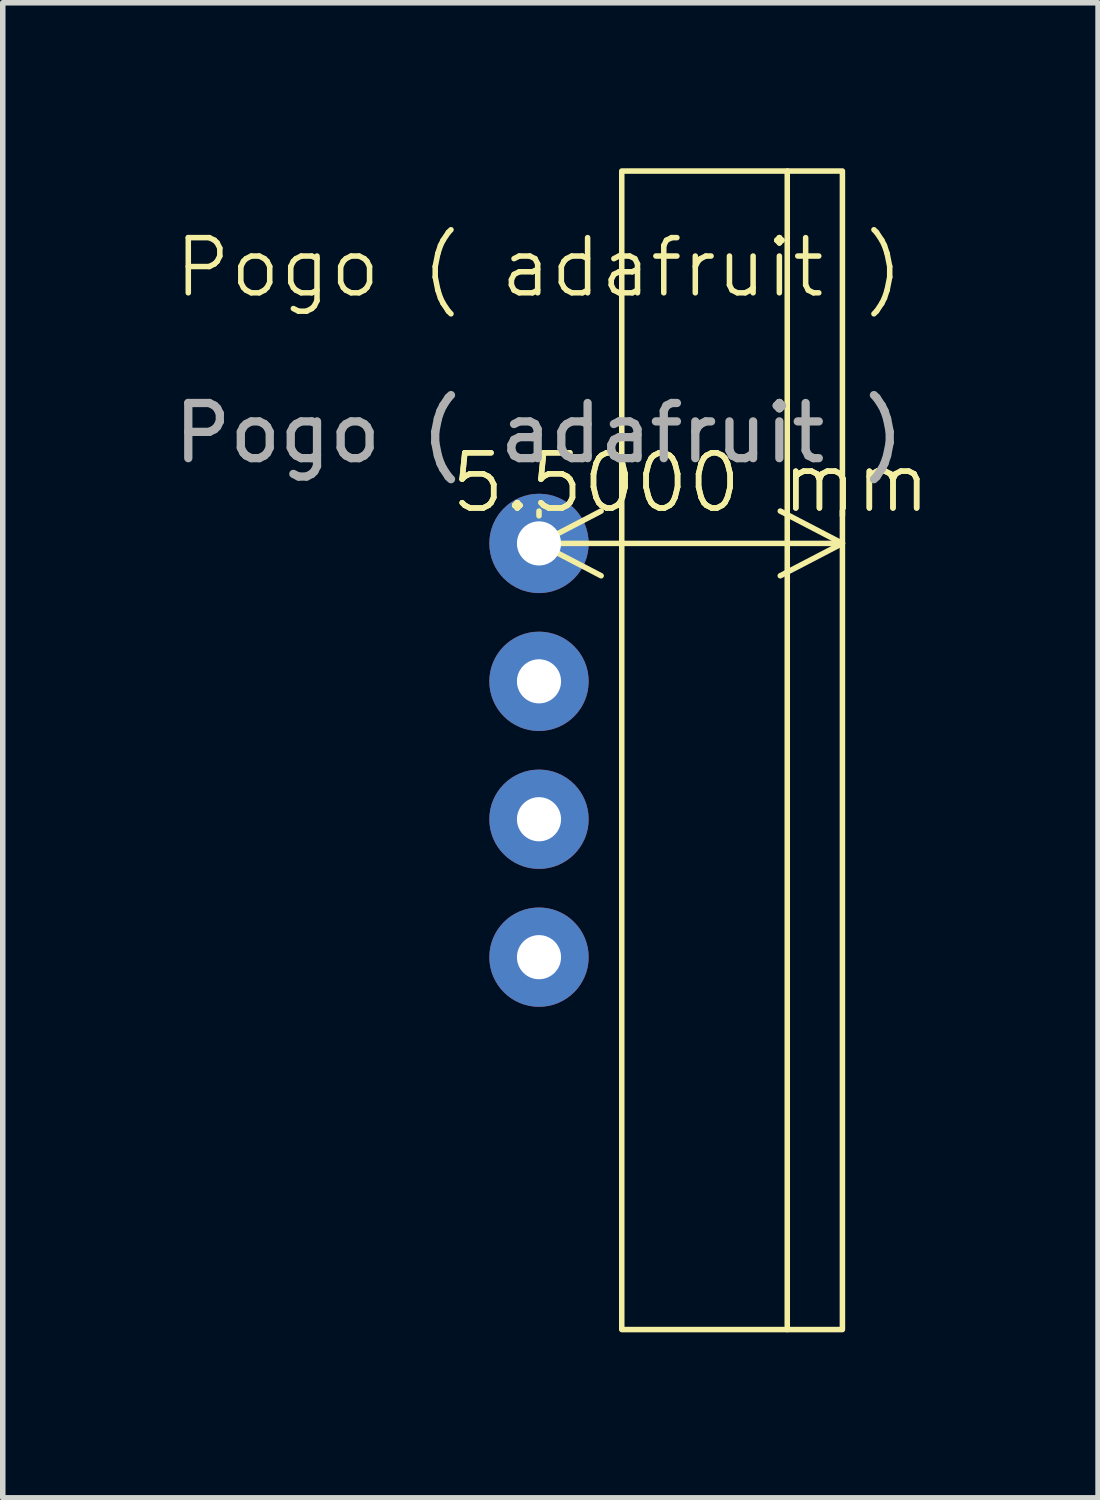
<source format=kicad_pcb>
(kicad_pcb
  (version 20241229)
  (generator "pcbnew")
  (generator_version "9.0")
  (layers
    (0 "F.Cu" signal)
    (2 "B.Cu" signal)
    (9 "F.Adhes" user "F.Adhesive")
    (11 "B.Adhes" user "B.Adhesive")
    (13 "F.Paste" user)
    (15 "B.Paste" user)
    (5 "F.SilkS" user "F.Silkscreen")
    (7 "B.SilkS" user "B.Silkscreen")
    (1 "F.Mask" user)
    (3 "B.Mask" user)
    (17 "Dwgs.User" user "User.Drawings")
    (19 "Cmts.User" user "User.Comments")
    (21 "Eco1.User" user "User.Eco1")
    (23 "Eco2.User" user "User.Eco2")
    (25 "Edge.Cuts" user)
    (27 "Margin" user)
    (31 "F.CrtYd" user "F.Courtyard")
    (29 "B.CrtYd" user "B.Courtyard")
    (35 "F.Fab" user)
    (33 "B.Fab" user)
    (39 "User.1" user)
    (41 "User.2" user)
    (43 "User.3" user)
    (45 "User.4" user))
  (footprint "Pogo ( adafruit )"
    (layer "F.Cu")
    (at 11.22 10.55)
    (property "Reference" "Pogo ( adafruit )" (at -4.5 -8.75 0) (unlocked yes) (layer "F.SilkS") (effects (font (size 1 1) (thickness 0.1))))
    (attr through_hole)
    (fp_line (start 0 -10.5) (end 0 10.5) (stroke (width 0.1) (type default)) (layer "F.SilkS"))
    (fp_rect (start -3 -10.5) (end 1 10.5) (stroke (width 0.1) (type default)) (fill no) (layer "F.SilkS"))
    (fp_text user "${REFERENCE}" (at -4.5 -5.75 0) (unlocked yes) (layer "F.Fab") (effects (font (size 1 1) (thickness 0.15))))
    (dimension (type aligned) (layer "F.SilkS") (pts (xy 6.72 6.8) (xy 12.22 6.8)) (height 0) (format (prefix "") (suffix "") (units 3) (units_format 1) (precision 4)) (style (thickness 0.1) (arrow_length 1.27) (text_position_mode 0) (arrow_direction outward) (extension_height 0.586) (extension_offset 0.5) (keep_text_aligned yes)) (gr_text "5.5000 mm" (at 9.47 5.7 0) (layer "F.SilkS") (effects (font (size 1 1) (thickness 0.1)))))
    (pad "1" thru_hole circle (at -4.5 -3.75) (size 1.8 1.8) (drill 0.8) (layers "*.Cu" "*.Mask"))
    (pad "2" thru_hole circle (at -4.5 -1.25) (size 1.8 1.8) (drill 0.8) (layers "*.Cu" "*.Mask"))
    (pad "3" thru_hole circle (at -4.5 1.25) (size 1.8 1.8) (drill 0.8) (layers "*.Cu" "*.Mask"))
    (pad "4" thru_hole circle (at -4.5 3.75) (size 1.8 1.8) (drill 0.8) (layers "*.Cu" "*.Mask")))
  (gr_rect
    (start -3 -3)
    (end 16.854 24.1)
    (stroke (width 0.1) (type default))
    (fill no)
    (layer "Edge.Cuts")))
</source>
